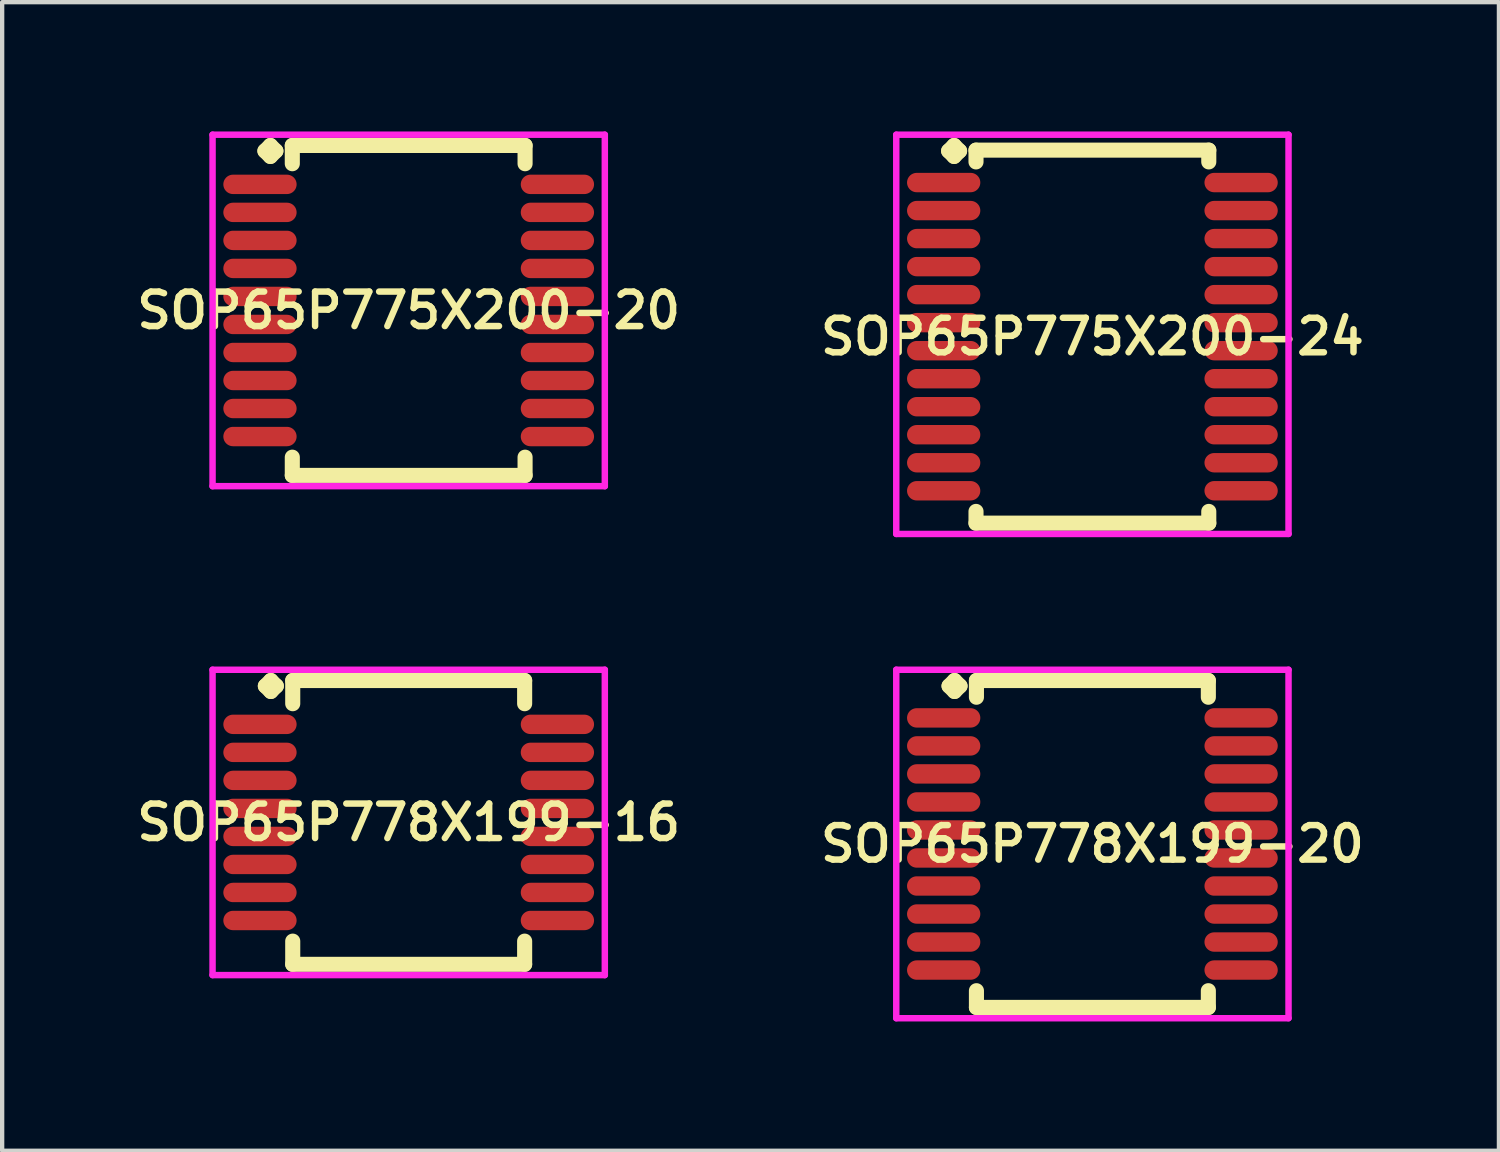
<source format=kicad_pcb>
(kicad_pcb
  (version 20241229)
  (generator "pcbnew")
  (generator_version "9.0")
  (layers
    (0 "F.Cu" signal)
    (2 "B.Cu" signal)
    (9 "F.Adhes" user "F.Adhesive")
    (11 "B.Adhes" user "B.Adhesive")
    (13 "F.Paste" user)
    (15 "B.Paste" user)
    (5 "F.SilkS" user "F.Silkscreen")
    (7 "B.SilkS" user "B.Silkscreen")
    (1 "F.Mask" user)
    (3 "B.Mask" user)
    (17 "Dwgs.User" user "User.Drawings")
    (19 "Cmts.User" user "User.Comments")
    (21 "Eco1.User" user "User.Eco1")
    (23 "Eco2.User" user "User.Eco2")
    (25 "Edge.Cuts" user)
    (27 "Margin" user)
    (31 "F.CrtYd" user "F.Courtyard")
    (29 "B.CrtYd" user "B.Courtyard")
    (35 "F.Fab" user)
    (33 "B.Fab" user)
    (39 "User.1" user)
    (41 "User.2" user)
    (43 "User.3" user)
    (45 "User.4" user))
  (footprint "SOP65P778X199-16"
    (layer "F.Cu")
    (at 6.431 16.029)
    (property "Reference" "SOP65P778X199-16" (at 0 0 0) (layer "F.SilkS") (effects (font (size 0.8 0.8) (thickness 0.15))))
    (attr smd)
    (fp_line (start -3.325 -3.165) (end -3.198 -3.292) (stroke (width 0.35) (type solid)) (layer "F.SilkS"))
    (fp_line (start -3.198 -3.292) (end -3.071 -3.165) (stroke (width 0.35) (type solid)) (layer "F.SilkS"))
    (fp_line (start -3.198 -3.038) (end -3.325 -3.165) (stroke (width 0.35) (type solid)) (layer "F.SilkS"))
    (fp_line (start -3.071 -3.165) (end -3.198 -3.038) (stroke (width 0.35) (type solid)) (layer "F.SilkS"))
    (fp_line (start -2.69 -3.292) (end 2.69 -3.292) (stroke (width 0.35) (type solid)) (layer "F.SilkS"))
    (fp_line (start -2.69 -2.754) (end -2.69 -3.292) (stroke (width 0.35) (type solid)) (layer "F.SilkS"))
    (fp_line (start -2.69 2.754) (end -2.69 3.292) (stroke (width 0.35) (type solid)) (layer "F.SilkS"))
    (fp_line (start -2.69 3.292) (end 2.69 3.292) (stroke (width 0.35) (type solid)) (layer "F.SilkS"))
    (fp_line (start 2.69 -3.292) (end 2.69 -2.754) (stroke (width 0.35) (type solid)) (layer "F.SilkS"))
    (fp_line (start 2.69 3.292) (end 2.69 2.754) (stroke (width 0.35) (type solid)) (layer "F.SilkS"))
    (fp_line (start -4.55 -3.542) (end 4.55 -3.542) (stroke (width 0.15) (type solid)) (layer "F.CrtYd"))
    (fp_line (start -4.55 3.542) (end -4.55 -3.542) (stroke (width 0.15) (type solid)) (layer "F.CrtYd"))
    (fp_line (start 4.55 -3.542) (end 4.55 3.542) (stroke (width 0.15) (type solid)) (layer "F.CrtYd"))
    (fp_line (start 4.55 3.542) (end -4.55 3.542) (stroke (width 0.15) (type solid)) (layer "F.CrtYd"))
    (pad "1" smd oval (at -3.45 -2.275) (size 1.7 0.45) (layers "F.Cu" "F.Mask" "F.Paste"))
    (pad "2" smd oval (at -3.45 -1.625) (size 1.7 0.45) (layers "F.Cu" "F.Mask" "F.Paste"))
    (pad "3" smd oval (at -3.45 -0.975) (size 1.7 0.45) (layers "F.Cu" "F.Mask" "F.Paste"))
    (pad "4" smd oval (at -3.45 -0.325) (size 1.7 0.45) (layers "F.Cu" "F.Mask" "F.Paste"))
    (pad "5" smd oval (at -3.45 0.325) (size 1.7 0.45) (layers "F.Cu" "F.Mask" "F.Paste"))
    (pad "6" smd oval (at -3.45 0.975) (size 1.7 0.45) (layers "F.Cu" "F.Mask" "F.Paste"))
    (pad "7" smd oval (at -3.45 1.625) (size 1.7 0.45) (layers "F.Cu" "F.Mask" "F.Paste"))
    (pad "8" smd oval (at -3.45 2.275) (size 1.7 0.45) (layers "F.Cu" "F.Mask" "F.Paste"))
    (pad "9" smd oval (at 3.45 2.275) (size 1.7 0.45) (layers "F.Cu" "F.Mask" "F.Paste"))
    (pad "10" smd oval (at 3.45 1.625) (size 1.7 0.45) (layers "F.Cu" "F.Mask" "F.Paste"))
    (pad "11" smd oval (at 3.45 0.975) (size 1.7 0.45) (layers "F.Cu" "F.Mask" "F.Paste"))
    (pad "12" smd oval (at 3.45 0.325) (size 1.7 0.45) (layers "F.Cu" "F.Mask" "F.Paste"))
    (pad "13" smd oval (at 3.45 -0.325) (size 1.7 0.45) (layers "F.Cu" "F.Mask" "F.Paste"))
    (pad "14" smd oval (at 3.45 -0.975) (size 1.7 0.45) (layers "F.Cu" "F.Mask" "F.Paste"))
    (pad "15" smd oval (at 3.45 -1.625) (size 1.7 0.45) (layers "F.Cu" "F.Mask" "F.Paste"))
    (pad "16" smd oval (at 3.45 -2.275) (size 1.7 0.45) (layers "F.Cu" "F.Mask" "F.Paste")))
  (footprint "SOP65P775X200-24"
    (layer "F.Cu")
    (at 22.292 4.76)
    (property "Reference" "SOP65P775X200-24" (at 0 0 0) (layer "F.SilkS") (effects (font (size 0.8 0.8) (thickness 0.15))))
    (attr smd)
    (fp_line (start -3.335 -4.308) (end -3.208 -4.435) (stroke (width 0.35) (type solid)) (layer "F.SilkS"))
    (fp_line (start -3.208 -4.435) (end -3.081 -4.308) (stroke (width 0.35) (type solid)) (layer "F.SilkS"))
    (fp_line (start -3.208 -4.181) (end -3.335 -4.308) (stroke (width 0.35) (type solid)) (layer "F.SilkS"))
    (fp_line (start -3.081 -4.308) (end -3.208 -4.181) (stroke (width 0.35) (type solid)) (layer "F.SilkS"))
    (fp_line (start -2.7 -4.327) (end 2.7 -4.327) (stroke (width 0.35) (type solid)) (layer "F.SilkS"))
    (fp_line (start -2.7 -4.054) (end -2.7 -4.327) (stroke (width 0.35) (type solid)) (layer "F.SilkS"))
    (fp_line (start -2.7 4.054) (end -2.7 4.327) (stroke (width 0.35) (type solid)) (layer "F.SilkS"))
    (fp_line (start -2.7 4.327) (end 2.7 4.327) (stroke (width 0.35) (type solid)) (layer "F.SilkS"))
    (fp_line (start 2.7 -4.327) (end 2.7 -4.054) (stroke (width 0.35) (type solid)) (layer "F.SilkS"))
    (fp_line (start 2.7 4.327) (end 2.7 4.054) (stroke (width 0.35) (type solid)) (layer "F.SilkS"))
    (fp_line (start -4.55 -4.685) (end 4.55 -4.685) (stroke (width 0.15) (type solid)) (layer "F.CrtYd"))
    (fp_line (start -4.55 4.577) (end -4.55 -4.685) (stroke (width 0.15) (type solid)) (layer "F.CrtYd"))
    (fp_line (start 4.55 -4.685) (end 4.55 4.577) (stroke (width 0.15) (type solid)) (layer "F.CrtYd"))
    (fp_line (start 4.55 4.577) (end -4.55 4.577) (stroke (width 0.15) (type solid)) (layer "F.CrtYd"))
    (pad "1" smd oval (at -3.45 -3.575) (size 1.7 0.45) (layers "F.Cu" "F.Mask" "F.Paste"))
    (pad "2" smd oval (at -3.45 -2.925) (size 1.7 0.45) (layers "F.Cu" "F.Mask" "F.Paste"))
    (pad "3" smd oval (at -3.45 -2.275) (size 1.7 0.45) (layers "F.Cu" "F.Mask" "F.Paste"))
    (pad "4" smd oval (at -3.45 -1.625) (size 1.7 0.45) (layers "F.Cu" "F.Mask" "F.Paste"))
    (pad "5" smd oval (at -3.45 -0.975) (size 1.7 0.45) (layers "F.Cu" "F.Mask" "F.Paste"))
    (pad "6" smd oval (at -3.45 -0.325) (size 1.7 0.45) (layers "F.Cu" "F.Mask" "F.Paste"))
    (pad "7" smd oval (at -3.45 0.325) (size 1.7 0.45) (layers "F.Cu" "F.Mask" "F.Paste"))
    (pad "8" smd oval (at -3.45 0.975) (size 1.7 0.45) (layers "F.Cu" "F.Mask" "F.Paste"))
    (pad "9" smd oval (at -3.45 1.625) (size 1.7 0.45) (layers "F.Cu" "F.Mask" "F.Paste"))
    (pad "10" smd oval (at -3.45 2.275) (size 1.7 0.45) (layers "F.Cu" "F.Mask" "F.Paste"))
    (pad "11" smd oval (at -3.45 2.925) (size 1.7 0.45) (layers "F.Cu" "F.Mask" "F.Paste"))
    (pad "12" smd oval (at -3.45 3.575) (size 1.7 0.45) (layers "F.Cu" "F.Mask" "F.Paste"))
    (pad "13" smd oval (at 3.45 3.575) (size 1.7 0.45) (layers "F.Cu" "F.Mask" "F.Paste"))
    (pad "14" smd oval (at 3.45 2.925) (size 1.7 0.45) (layers "F.Cu" "F.Mask" "F.Paste"))
    (pad "15" smd oval (at 3.45 2.275) (size 1.7 0.45) (layers "F.Cu" "F.Mask" "F.Paste"))
    (pad "16" smd oval (at 3.45 1.625) (size 1.7 0.45) (layers "F.Cu" "F.Mask" "F.Paste"))
    (pad "17" smd oval (at 3.45 0.975) (size 1.7 0.45) (layers "F.Cu" "F.Mask" "F.Paste"))
    (pad "18" smd oval (at 3.45 0.325) (size 1.7 0.45) (layers "F.Cu" "F.Mask" "F.Paste"))
    (pad "19" smd oval (at 3.45 -0.325) (size 1.7 0.45) (layers "F.Cu" "F.Mask" "F.Paste"))
    (pad "20" smd oval (at 3.45 -0.975) (size 1.7 0.45) (layers "F.Cu" "F.Mask" "F.Paste"))
    (pad "21" smd oval (at 3.45 -1.625) (size 1.7 0.45) (layers "F.Cu" "F.Mask" "F.Paste"))
    (pad "22" smd oval (at 3.45 -2.275) (size 1.7 0.45) (layers "F.Cu" "F.Mask" "F.Paste"))
    (pad "23" smd oval (at 3.45 -2.925) (size 1.7 0.45) (layers "F.Cu" "F.Mask" "F.Paste"))
    (pad "24" smd oval (at 3.45 -3.575) (size 1.7 0.45) (layers "F.Cu" "F.Mask" "F.Paste")))
  (footprint "SOP65P778X199-20"
    (layer "F.Cu")
    (at 22.292 16.529)
    (property "Reference" "SOP65P778X199-20" (at 0 0 0) (layer "F.SilkS") (effects (font (size 0.8 0.8) (thickness 0.15))))
    (attr smd)
    (fp_line (start -3.325 -3.665) (end -3.198 -3.792) (stroke (width 0.35) (type solid)) (layer "F.SilkS"))
    (fp_line (start -3.198 -3.792) (end -3.071 -3.665) (stroke (width 0.35) (type solid)) (layer "F.SilkS"))
    (fp_line (start -3.198 -3.538) (end -3.325 -3.665) (stroke (width 0.35) (type solid)) (layer "F.SilkS"))
    (fp_line (start -3.071 -3.665) (end -3.198 -3.538) (stroke (width 0.35) (type solid)) (layer "F.SilkS"))
    (fp_line (start -2.69 -3.792) (end 2.69 -3.792) (stroke (width 0.35) (type solid)) (layer "F.SilkS"))
    (fp_line (start -2.69 -3.404) (end -2.69 -3.792) (stroke (width 0.35) (type solid)) (layer "F.SilkS"))
    (fp_line (start -2.69 3.404) (end -2.69 3.792) (stroke (width 0.35) (type solid)) (layer "F.SilkS"))
    (fp_line (start -2.69 3.792) (end 2.69 3.792) (stroke (width 0.35) (type solid)) (layer "F.SilkS"))
    (fp_line (start 2.69 -3.792) (end 2.69 -3.404) (stroke (width 0.35) (type solid)) (layer "F.SilkS"))
    (fp_line (start 2.69 3.792) (end 2.69 3.404) (stroke (width 0.35) (type solid)) (layer "F.SilkS"))
    (fp_line (start -4.55 -4.042) (end 4.55 -4.042) (stroke (width 0.15) (type solid)) (layer "F.CrtYd"))
    (fp_line (start -4.55 4.042) (end -4.55 -4.042) (stroke (width 0.15) (type solid)) (layer "F.CrtYd"))
    (fp_line (start 4.55 -4.042) (end 4.55 4.042) (stroke (width 0.15) (type solid)) (layer "F.CrtYd"))
    (fp_line (start 4.55 4.042) (end -4.55 4.042) (stroke (width 0.15) (type solid)) (layer "F.CrtYd"))
    (pad "1" smd oval (at -3.45 -2.925) (size 1.7 0.45) (layers "F.Cu" "F.Mask" "F.Paste"))
    (pad "2" smd oval (at -3.45 -2.275) (size 1.7 0.45) (layers "F.Cu" "F.Mask" "F.Paste"))
    (pad "3" smd oval (at -3.45 -1.625) (size 1.7 0.45) (layers "F.Cu" "F.Mask" "F.Paste"))
    (pad "4" smd oval (at -3.45 -0.975) (size 1.7 0.45) (layers "F.Cu" "F.Mask" "F.Paste"))
    (pad "5" smd oval (at -3.45 -0.325) (size 1.7 0.45) (layers "F.Cu" "F.Mask" "F.Paste"))
    (pad "6" smd oval (at -3.45 0.325) (size 1.7 0.45) (layers "F.Cu" "F.Mask" "F.Paste"))
    (pad "7" smd oval (at -3.45 0.975) (size 1.7 0.45) (layers "F.Cu" "F.Mask" "F.Paste"))
    (pad "8" smd oval (at -3.45 1.625) (size 1.7 0.45) (layers "F.Cu" "F.Mask" "F.Paste"))
    (pad "9" smd oval (at -3.45 2.275) (size 1.7 0.45) (layers "F.Cu" "F.Mask" "F.Paste"))
    (pad "10" smd oval (at -3.45 2.925) (size 1.7 0.45) (layers "F.Cu" "F.Mask" "F.Paste"))
    (pad "11" smd oval (at 3.45 2.925) (size 1.7 0.45) (layers "F.Cu" "F.Mask" "F.Paste"))
    (pad "12" smd oval (at 3.45 2.275) (size 1.7 0.45) (layers "F.Cu" "F.Mask" "F.Paste"))
    (pad "13" smd oval (at 3.45 1.625) (size 1.7 0.45) (layers "F.Cu" "F.Mask" "F.Paste"))
    (pad "14" smd oval (at 3.45 0.975) (size 1.7 0.45) (layers "F.Cu" "F.Mask" "F.Paste"))
    (pad "15" smd oval (at 3.45 0.325) (size 1.7 0.45) (layers "F.Cu" "F.Mask" "F.Paste"))
    (pad "16" smd oval (at 3.45 -0.325) (size 1.7 0.45) (layers "F.Cu" "F.Mask" "F.Paste"))
    (pad "17" smd oval (at 3.45 -0.975) (size 1.7 0.45) (layers "F.Cu" "F.Mask" "F.Paste"))
    (pad "18" smd oval (at 3.45 -1.625) (size 1.7 0.45) (layers "F.Cu" "F.Mask" "F.Paste"))
    (pad "19" smd oval (at 3.45 -2.275) (size 1.7 0.45) (layers "F.Cu" "F.Mask" "F.Paste"))
    (pad "20" smd oval (at 3.45 -2.925) (size 1.7 0.45) (layers "F.Cu" "F.Mask" "F.Paste")))
  (footprint "SOP65P775X200-20"
    (layer "F.Cu")
    (at 6.431 4.152)
    (property "Reference" "SOP65P775X200-20" (at 0 0 0) (layer "F.SilkS") (effects (font (size 0.8 0.8) (thickness 0.15))))
    (attr smd)
    (fp_line (start -3.335 -3.7) (end -3.208 -3.827) (stroke (width 0.35) (type solid)) (layer "F.SilkS"))
    (fp_line (start -3.208 -3.827) (end -3.081 -3.7) (stroke (width 0.35) (type solid)) (layer "F.SilkS"))
    (fp_line (start -3.208 -3.573) (end -3.335 -3.7) (stroke (width 0.35) (type solid)) (layer "F.SilkS"))
    (fp_line (start -3.081 -3.7) (end -3.208 -3.573) (stroke (width 0.35) (type solid)) (layer "F.SilkS"))
    (fp_line (start -2.7 -3.827) (end 2.7 -3.827) (stroke (width 0.35) (type solid)) (layer "F.SilkS"))
    (fp_line (start -2.7 -3.404) (end -2.7 -3.827) (stroke (width 0.35) (type solid)) (layer "F.SilkS"))
    (fp_line (start -2.7 3.404) (end -2.7 3.827) (stroke (width 0.35) (type solid)) (layer "F.SilkS"))
    (fp_line (start -2.7 3.827) (end 2.7 3.827) (stroke (width 0.35) (type solid)) (layer "F.SilkS"))
    (fp_line (start 2.7 -3.827) (end 2.7 -3.404) (stroke (width 0.35) (type solid)) (layer "F.SilkS"))
    (fp_line (start 2.7 3.827) (end 2.7 3.404) (stroke (width 0.35) (type solid)) (layer "F.SilkS"))
    (fp_line (start -4.55 -4.077) (end 4.55 -4.077) (stroke (width 0.15) (type solid)) (layer "F.CrtYd"))
    (fp_line (start -4.55 4.077) (end -4.55 -4.077) (stroke (width 0.15) (type solid)) (layer "F.CrtYd"))
    (fp_line (start 4.55 -4.077) (end 4.55 4.077) (stroke (width 0.15) (type solid)) (layer "F.CrtYd"))
    (fp_line (start 4.55 4.077) (end -4.55 4.077) (stroke (width 0.15) (type solid)) (layer "F.CrtYd"))
    (pad "1" smd oval (at -3.45 -2.925) (size 1.7 0.45) (layers "F.Cu" "F.Mask" "F.Paste"))
    (pad "2" smd oval (at -3.45 -2.275) (size 1.7 0.45) (layers "F.Cu" "F.Mask" "F.Paste"))
    (pad "3" smd oval (at -3.45 -1.625) (size 1.7 0.45) (layers "F.Cu" "F.Mask" "F.Paste"))
    (pad "4" smd oval (at -3.45 -0.975) (size 1.7 0.45) (layers "F.Cu" "F.Mask" "F.Paste"))
    (pad "5" smd oval (at -3.45 -0.325) (size 1.7 0.45) (layers "F.Cu" "F.Mask" "F.Paste"))
    (pad "6" smd oval (at -3.45 0.325) (size 1.7 0.45) (layers "F.Cu" "F.Mask" "F.Paste"))
    (pad "7" smd oval (at -3.45 0.975) (size 1.7 0.45) (layers "F.Cu" "F.Mask" "F.Paste"))
    (pad "8" smd oval (at -3.45 1.625) (size 1.7 0.45) (layers "F.Cu" "F.Mask" "F.Paste"))
    (pad "9" smd oval (at -3.45 2.275) (size 1.7 0.45) (layers "F.Cu" "F.Mask" "F.Paste"))
    (pad "10" smd oval (at -3.45 2.925) (size 1.7 0.45) (layers "F.Cu" "F.Mask" "F.Paste"))
    (pad "11" smd oval (at 3.45 2.925) (size 1.7 0.45) (layers "F.Cu" "F.Mask" "F.Paste"))
    (pad "12" smd oval (at 3.45 2.275) (size 1.7 0.45) (layers "F.Cu" "F.Mask" "F.Paste"))
    (pad "13" smd oval (at 3.45 1.625) (size 1.7 0.45) (layers "F.Cu" "F.Mask" "F.Paste"))
    (pad "14" smd oval (at 3.45 0.975) (size 1.7 0.45) (layers "F.Cu" "F.Mask" "F.Paste"))
    (pad "15" smd oval (at 3.45 0.325) (size 1.7 0.45) (layers "F.Cu" "F.Mask" "F.Paste"))
    (pad "16" smd oval (at 3.45 -0.325) (size 1.7 0.45) (layers "F.Cu" "F.Mask" "F.Paste"))
    (pad "17" smd oval (at 3.45 -0.975) (size 1.7 0.45) (layers "F.Cu" "F.Mask" "F.Paste"))
    (pad "18" smd oval (at 3.45 -1.625) (size 1.7 0.45) (layers "F.Cu" "F.Mask" "F.Paste"))
    (pad "19" smd oval (at 3.45 -2.275) (size 1.7 0.45) (layers "F.Cu" "F.Mask" "F.Paste"))
    (pad "20" smd oval (at 3.45 -2.925) (size 1.7 0.45) (layers "F.Cu" "F.Mask" "F.Paste")))
  (gr_rect
    (start -3 -3)
    (end 31.723 23.646)
    (stroke (width 0.1) (type default))
    (fill no)
    (layer "Edge.Cuts")))
</source>
